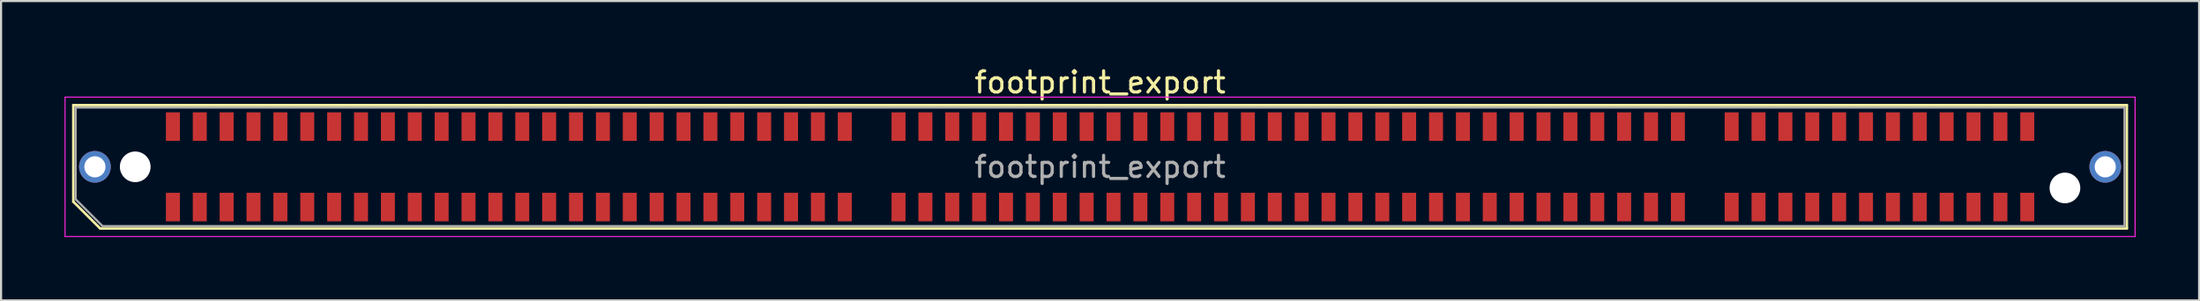
<source format=kicad_pcb>
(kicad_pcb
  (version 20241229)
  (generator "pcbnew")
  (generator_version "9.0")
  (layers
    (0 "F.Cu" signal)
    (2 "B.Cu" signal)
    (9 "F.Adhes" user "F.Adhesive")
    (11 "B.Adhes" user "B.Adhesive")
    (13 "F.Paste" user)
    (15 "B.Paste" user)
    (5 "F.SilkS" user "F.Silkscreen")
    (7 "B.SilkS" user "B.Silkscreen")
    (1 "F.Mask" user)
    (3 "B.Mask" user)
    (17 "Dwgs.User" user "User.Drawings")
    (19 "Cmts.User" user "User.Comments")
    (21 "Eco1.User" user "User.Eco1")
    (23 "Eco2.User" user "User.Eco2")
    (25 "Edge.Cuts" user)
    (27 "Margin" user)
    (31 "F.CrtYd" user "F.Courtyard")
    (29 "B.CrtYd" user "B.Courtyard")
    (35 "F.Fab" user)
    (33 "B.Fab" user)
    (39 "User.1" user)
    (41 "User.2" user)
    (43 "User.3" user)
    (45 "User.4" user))
  (footprint "footprint_export"
    (layer "F.Cu")
    (at 48.935 4.848)
    (property "Reference" "footprint_export" (at 0 -4 0) (layer "F.SilkS") (effects (font (size 1 1) (thickness 0.15))))
    (attr smd)
    (fp_line (start -48.52 -2.92) (end 48.52 -2.92) (stroke (width 0.12) (type solid)) (layer "F.SilkS"))
    (fp_line (start -48.52 1.65) (end -48.52 -2.92) (stroke (width 0.12) (type solid)) (layer "F.SilkS"))
    (fp_line (start -47.25 2.92) (end -48.52 1.65) (stroke (width 0.12) (type solid)) (layer "F.SilkS"))
    (fp_line (start -47.25 2.92) (end 48.52 2.92) (stroke (width 0.12) (type solid)) (layer "F.SilkS"))
    (fp_line (start 48.52 2.92) (end 48.52 -2.92) (stroke (width 0.12) (type solid)) (layer "F.SilkS"))
    (fp_line (start -48.91 -3.3) (end -48.91 3.3) (stroke (width 0.05) (type solid)) (layer "F.CrtYd"))
    (fp_line (start -48.91 3.3) (end 48.91 3.3) (stroke (width 0.05) (type solid)) (layer "F.CrtYd"))
    (fp_line (start 48.91 -3.3) (end -48.91 -3.3) (stroke (width 0.05) (type solid)) (layer "F.CrtYd"))
    (fp_line (start 48.91 3.3) (end 48.91 -3.3) (stroke (width 0.05) (type solid)) (layer "F.CrtYd"))
    (fp_line (start -48.41 -2.805) (end 48.41 -2.805) (stroke (width 0.1) (type solid)) (layer "F.Fab"))
    (fp_line (start -48.41 1.535) (end -48.41 -2.805) (stroke (width 0.1) (type solid)) (layer "F.Fab"))
    (fp_line (start -48.41 1.535) (end -47.14 2.805) (stroke (width 0.1) (type solid)) (layer "F.Fab"))
    (fp_line (start -47.14 2.805) (end 48.41 2.805) (stroke (width 0.1) (type solid)) (layer "F.Fab"))
    (fp_line (start 48.41 2.805) (end 48.41 -2.805) (stroke (width 0.1) (type solid)) (layer "F.Fab"))
    (fp_text user "${REFERENCE}" (at 0 0 0) (layer "F.Fab") (effects (font (size 1 1) (thickness 0.15))))
    (pad "" thru_hole circle (at -47.5 0) (size 1.5 1.5) (drill 1) (layers "*.Cu" "*.Mask"))
    (pad "" np_thru_hole circle (at -45.595 0) (size 1.45 1.45) (drill 1.45) (layers "*.Cu" "*.Mask"))
    (pad "" np_thru_hole circle (at 45.595 1) (size 1.45 1.45) (drill 1.45) (layers "*.Cu" "*.Mask"))
    (pad "" thru_hole circle (at 47.5 0) (size 1.5 1.5) (drill 1) (layers "*.Cu" "*.Mask"))
    (pad "1" smd rect (at -43.815 1.905) (size 0.66 1.35) (layers "F.Cu" "F.Mask" "F.Paste"))
    (pad "2" smd rect (at -43.815 -1.905) (size 0.66 1.35) (layers "F.Cu" "F.Mask" "F.Paste"))
    (pad "3" smd rect (at -42.545 1.905) (size 0.66 1.35) (layers "F.Cu" "F.Mask" "F.Paste"))
    (pad "4" smd rect (at -42.545 -1.905) (size 0.66 1.35) (layers "F.Cu" "F.Mask" "F.Paste"))
    (pad "5" smd rect (at -41.275 1.905) (size 0.66 1.35) (layers "F.Cu" "F.Mask" "F.Paste"))
    (pad "6" smd rect (at -41.275 -1.905) (size 0.66 1.35) (layers "F.Cu" "F.Mask" "F.Paste"))
    (pad "7" smd rect (at -40.005 1.905) (size 0.66 1.35) (layers "F.Cu" "F.Mask" "F.Paste"))
    (pad "8" smd rect (at -40.005 -1.905) (size 0.66 1.35) (layers "F.Cu" "F.Mask" "F.Paste"))
    (pad "9" smd rect (at -38.735 1.905) (size 0.66 1.35) (layers "F.Cu" "F.Mask" "F.Paste"))
    (pad "10" smd rect (at -38.735 -1.905) (size 0.66 1.35) (layers "F.Cu" "F.Mask" "F.Paste"))
    (pad "11" smd rect (at -37.465 1.905) (size 0.66 1.35) (layers "F.Cu" "F.Mask" "F.Paste"))
    (pad "12" smd rect (at -37.465 -1.905) (size 0.66 1.35) (layers "F.Cu" "F.Mask" "F.Paste"))
    (pad "13" smd rect (at -36.195 1.905) (size 0.66 1.35) (layers "F.Cu" "F.Mask" "F.Paste"))
    (pad "14" smd rect (at -36.195 -1.905) (size 0.66 1.35) (layers "F.Cu" "F.Mask" "F.Paste"))
    (pad "15" smd rect (at -34.925 1.905) (size 0.66 1.35) (layers "F.Cu" "F.Mask" "F.Paste"))
    (pad "16" smd rect (at -34.925 -1.905) (size 0.66 1.35) (layers "F.Cu" "F.Mask" "F.Paste"))
    (pad "17" smd rect (at -33.655 1.905) (size 0.66 1.35) (layers "F.Cu" "F.Mask" "F.Paste"))
    (pad "18" smd rect (at -33.655 -1.905) (size 0.66 1.35) (layers "F.Cu" "F.Mask" "F.Paste"))
    (pad "19" smd rect (at -32.385 1.905) (size 0.66 1.35) (layers "F.Cu" "F.Mask" "F.Paste"))
    (pad "20" smd rect (at -32.385 -1.905) (size 0.66 1.35) (layers "F.Cu" "F.Mask" "F.Paste"))
    (pad "21" smd rect (at -31.115 1.905) (size 0.66 1.35) (layers "F.Cu" "F.Mask" "F.Paste"))
    (pad "22" smd rect (at -31.115 -1.905) (size 0.66 1.35) (layers "F.Cu" "F.Mask" "F.Paste"))
    (pad "23" smd rect (at -29.845 1.905) (size 0.66 1.35) (layers "F.Cu" "F.Mask" "F.Paste"))
    (pad "24" smd rect (at -29.845 -1.905) (size 0.66 1.35) (layers "F.Cu" "F.Mask" "F.Paste"))
    (pad "25" smd rect (at -28.575 1.905) (size 0.66 1.35) (layers "F.Cu" "F.Mask" "F.Paste"))
    (pad "26" smd rect (at -28.575 -1.905) (size 0.66 1.35) (layers "F.Cu" "F.Mask" "F.Paste"))
    (pad "27" smd rect (at -27.305 1.905) (size 0.66 1.35) (layers "F.Cu" "F.Mask" "F.Paste"))
    (pad "28" smd rect (at -27.305 -1.905) (size 0.66 1.35) (layers "F.Cu" "F.Mask" "F.Paste"))
    (pad "29" smd rect (at -26.035 1.905) (size 0.66 1.35) (layers "F.Cu" "F.Mask" "F.Paste"))
    (pad "30" smd rect (at -26.035 -1.905) (size 0.66 1.35) (layers "F.Cu" "F.Mask" "F.Paste"))
    (pad "31" smd rect (at -24.765 1.905) (size 0.66 1.35) (layers "F.Cu" "F.Mask" "F.Paste"))
    (pad "32" smd rect (at -24.765 -1.905) (size 0.66 1.35) (layers "F.Cu" "F.Mask" "F.Paste"))
    (pad "33" smd rect (at -23.495 1.905) (size 0.66 1.35) (layers "F.Cu" "F.Mask" "F.Paste"))
    (pad "34" smd rect (at -23.495 -1.905) (size 0.66 1.35) (layers "F.Cu" "F.Mask" "F.Paste"))
    (pad "35" smd rect (at -22.225 1.905) (size 0.66 1.35) (layers "F.Cu" "F.Mask" "F.Paste"))
    (pad "36" smd rect (at -22.225 -1.905) (size 0.66 1.35) (layers "F.Cu" "F.Mask" "F.Paste"))
    (pad "37" smd rect (at -20.955 1.905) (size 0.66 1.35) (layers "F.Cu" "F.Mask" "F.Paste"))
    (pad "38" smd rect (at -20.955 -1.905) (size 0.66 1.35) (layers "F.Cu" "F.Mask" "F.Paste"))
    (pad "39" smd rect (at -19.685 1.905) (size 0.66 1.35) (layers "F.Cu" "F.Mask" "F.Paste"))
    (pad "40" smd rect (at -19.685 -1.905) (size 0.66 1.35) (layers "F.Cu" "F.Mask" "F.Paste"))
    (pad "41" smd rect (at -18.415 1.905) (size 0.66 1.35) (layers "F.Cu" "F.Mask" "F.Paste"))
    (pad "42" smd rect (at -18.415 -1.905) (size 0.66 1.35) (layers "F.Cu" "F.Mask" "F.Paste"))
    (pad "43" smd rect (at -17.145 1.905) (size 0.66 1.35) (layers "F.Cu" "F.Mask" "F.Paste"))
    (pad "44" smd rect (at -17.145 -1.905) (size 0.66 1.35) (layers "F.Cu" "F.Mask" "F.Paste"))
    (pad "45" smd rect (at -15.875 1.905) (size 0.66 1.35) (layers "F.Cu" "F.Mask" "F.Paste"))
    (pad "46" smd rect (at -15.875 -1.905) (size 0.66 1.35) (layers "F.Cu" "F.Mask" "F.Paste"))
    (pad "47" smd rect (at -14.605 1.905) (size 0.66 1.35) (layers "F.Cu" "F.Mask" "F.Paste"))
    (pad "48" smd rect (at -14.605 -1.905) (size 0.66 1.35) (layers "F.Cu" "F.Mask" "F.Paste"))
    (pad "49" smd rect (at -13.335 1.905) (size 0.66 1.35) (layers "F.Cu" "F.Mask" "F.Paste"))
    (pad "50" smd rect (at -13.335 -1.905) (size 0.66 1.35) (layers "F.Cu" "F.Mask" "F.Paste"))
    (pad "51" smd rect (at -12.065 1.905) (size 0.66 1.35) (layers "F.Cu" "F.Mask" "F.Paste"))
    (pad "52" smd rect (at -12.065 -1.905) (size 0.66 1.35) (layers "F.Cu" "F.Mask" "F.Paste"))
    (pad "55" smd rect (at -9.525 1.905) (size 0.66 1.35) (layers "F.Cu" "F.Mask" "F.Paste"))
    (pad "56" smd rect (at -9.525 -1.905) (size 0.66 1.35) (layers "F.Cu" "F.Mask" "F.Paste"))
    (pad "57" smd rect (at -8.255 1.905) (size 0.66 1.35) (layers "F.Cu" "F.Mask" "F.Paste"))
    (pad "58" smd rect (at -8.255 -1.905) (size 0.66 1.35) (layers "F.Cu" "F.Mask" "F.Paste"))
    (pad "59" smd rect (at -6.985 1.905) (size 0.66 1.35) (layers "F.Cu" "F.Mask" "F.Paste"))
    (pad "60" smd rect (at -6.985 -1.905) (size 0.66 1.35) (layers "F.Cu" "F.Mask" "F.Paste"))
    (pad "61" smd rect (at -5.715 1.905) (size 0.66 1.35) (layers "F.Cu" "F.Mask" "F.Paste"))
    (pad "62" smd rect (at -5.715 -1.905) (size 0.66 1.35) (layers "F.Cu" "F.Mask" "F.Paste"))
    (pad "63" smd rect (at -4.445 1.905) (size 0.66 1.35) (layers "F.Cu" "F.Mask" "F.Paste"))
    (pad "64" smd rect (at -4.445 -1.905) (size 0.66 1.35) (layers "F.Cu" "F.Mask" "F.Paste"))
    (pad "65" smd rect (at -3.175 1.905) (size 0.66 1.35) (layers "F.Cu" "F.Mask" "F.Paste"))
    (pad "66" smd rect (at -3.175 -1.905) (size 0.66 1.35) (layers "F.Cu" "F.Mask" "F.Paste"))
    (pad "67" smd rect (at -1.905 1.905) (size 0.66 1.35) (layers "F.Cu" "F.Mask" "F.Paste"))
    (pad "68" smd rect (at -1.905 -1.905) (size 0.66 1.35) (layers "F.Cu" "F.Mask" "F.Paste"))
    (pad "69" smd rect (at -0.635 1.905) (size 0.66 1.35) (layers "F.Cu" "F.Mask" "F.Paste"))
    (pad "70" smd rect (at -0.635 -1.905) (size 0.66 1.35) (layers "F.Cu" "F.Mask" "F.Paste"))
    (pad "71" smd rect (at 0.635 1.905) (size 0.66 1.35) (layers "F.Cu" "F.Mask" "F.Paste"))
    (pad "72" smd rect (at 0.635 -1.905) (size 0.66 1.35) (layers "F.Cu" "F.Mask" "F.Paste"))
    (pad "73" smd rect (at 1.905 1.905) (size 0.66 1.35) (layers "F.Cu" "F.Mask" "F.Paste"))
    (pad "74" smd rect (at 1.905 -1.905) (size 0.66 1.35) (layers "F.Cu" "F.Mask" "F.Paste"))
    (pad "75" smd rect (at 3.175 1.905) (size 0.66 1.35) (layers "F.Cu" "F.Mask" "F.Paste"))
    (pad "76" smd rect (at 3.175 -1.905) (size 0.66 1.35) (layers "F.Cu" "F.Mask" "F.Paste"))
    (pad "77" smd rect (at 4.445 1.905) (size 0.66 1.35) (layers "F.Cu" "F.Mask" "F.Paste"))
    (pad "78" smd rect (at 4.445 -1.905) (size 0.66 1.35) (layers "F.Cu" "F.Mask" "F.Paste"))
    (pad "79" smd rect (at 5.715 1.905) (size 0.66 1.35) (layers "F.Cu" "F.Mask" "F.Paste"))
    (pad "80" smd rect (at 5.715 -1.905) (size 0.66 1.35) (layers "F.Cu" "F.Mask" "F.Paste"))
    (pad "81" smd rect (at 6.985 1.905) (size 0.66 1.35) (layers "F.Cu" "F.Mask" "F.Paste"))
    (pad "82" smd rect (at 6.985 -1.905) (size 0.66 1.35) (layers "F.Cu" "F.Mask" "F.Paste"))
    (pad "83" smd rect (at 8.255 1.905) (size 0.66 1.35) (layers "F.Cu" "F.Mask" "F.Paste"))
    (pad "84" smd rect (at 8.255 -1.905) (size 0.66 1.35) (layers "F.Cu" "F.Mask" "F.Paste"))
    (pad "85" smd rect (at 9.525 1.905) (size 0.66 1.35) (layers "F.Cu" "F.Mask" "F.Paste"))
    (pad "86" smd rect (at 9.525 -1.905) (size 0.66 1.35) (layers "F.Cu" "F.Mask" "F.Paste"))
    (pad "87" smd rect (at 10.795 1.905) (size 0.66 1.35) (layers "F.Cu" "F.Mask" "F.Paste"))
    (pad "88" smd rect (at 10.795 -1.905) (size 0.66 1.35) (layers "F.Cu" "F.Mask" "F.Paste"))
    (pad "89" smd rect (at 12.065 1.905) (size 0.66 1.35) (layers "F.Cu" "F.Mask" "F.Paste"))
    (pad "90" smd rect (at 12.065 -1.905) (size 0.66 1.35) (layers "F.Cu" "F.Mask" "F.Paste"))
    (pad "91" smd rect (at 13.335 1.905) (size 0.66 1.35) (layers "F.Cu" "F.Mask" "F.Paste"))
    (pad "92" smd rect (at 13.335 -1.905) (size 0.66 1.35) (layers "F.Cu" "F.Mask" "F.Paste"))
    (pad "93" smd rect (at 14.605 1.905) (size 0.66 1.35) (layers "F.Cu" "F.Mask" "F.Paste"))
    (pad "94" smd rect (at 14.605 -1.905) (size 0.66 1.35) (layers "F.Cu" "F.Mask" "F.Paste"))
    (pad "95" smd rect (at 15.875 1.905) (size 0.66 1.35) (layers "F.Cu" "F.Mask" "F.Paste"))
    (pad "96" smd rect (at 15.875 -1.905) (size 0.66 1.35) (layers "F.Cu" "F.Mask" "F.Paste"))
    (pad "97" smd rect (at 17.145 1.905) (size 0.66 1.35) (layers "F.Cu" "F.Mask" "F.Paste"))
    (pad "98" smd rect (at 17.145 -1.905) (size 0.66 1.35) (layers "F.Cu" "F.Mask" "F.Paste"))
    (pad "99" smd rect (at 18.415 1.905) (size 0.66 1.35) (layers "F.Cu" "F.Mask" "F.Paste"))
    (pad "100" smd rect (at 18.415 -1.905) (size 0.66 1.35) (layers "F.Cu" "F.Mask" "F.Paste"))
    (pad "101" smd rect (at 19.685 1.905) (size 0.66 1.35) (layers "F.Cu" "F.Mask" "F.Paste"))
    (pad "102" smd rect (at 19.685 -1.905) (size 0.66 1.35) (layers "F.Cu" "F.Mask" "F.Paste"))
    (pad "103" smd rect (at 20.955 1.905) (size 0.66 1.35) (layers "F.Cu" "F.Mask" "F.Paste"))
    (pad "104" smd rect (at 20.955 -1.905) (size 0.66 1.35) (layers "F.Cu" "F.Mask" "F.Paste"))
    (pad "105" smd rect (at 22.225 1.905) (size 0.66 1.35) (layers "F.Cu" "F.Mask" "F.Paste"))
    (pad "106" smd rect (at 22.225 -1.905) (size 0.66 1.35) (layers "F.Cu" "F.Mask" "F.Paste"))
    (pad "107" smd rect (at 23.495 1.905) (size 0.66 1.35) (layers "F.Cu" "F.Mask" "F.Paste"))
    (pad "108" smd rect (at 23.495 -1.905) (size 0.66 1.35) (layers "F.Cu" "F.Mask" "F.Paste"))
    (pad "109" smd rect (at 24.765 1.905) (size 0.66 1.35) (layers "F.Cu" "F.Mask" "F.Paste"))
    (pad "110" smd rect (at 24.765 -1.905) (size 0.66 1.35) (layers "F.Cu" "F.Mask" "F.Paste"))
    (pad "111" smd rect (at 26.035 1.905) (size 0.66 1.35) (layers "F.Cu" "F.Mask" "F.Paste"))
    (pad "112" smd rect (at 26.035 -1.905) (size 0.66 1.35) (layers "F.Cu" "F.Mask" "F.Paste"))
    (pad "113" smd rect (at 27.305 1.905) (size 0.66 1.35) (layers "F.Cu" "F.Mask" "F.Paste"))
    (pad "114" smd rect (at 27.305 -1.905) (size 0.66 1.35) (layers "F.Cu" "F.Mask" "F.Paste"))
    (pad "117" smd rect (at 29.845 1.905) (size 0.66 1.35) (layers "F.Cu" "F.Mask" "F.Paste"))
    (pad "118" smd rect (at 29.845 -1.905) (size 0.66 1.35) (layers "F.Cu" "F.Mask" "F.Paste"))
    (pad "119" smd rect (at 31.115 1.905) (size 0.66 1.35) (layers "F.Cu" "F.Mask" "F.Paste"))
    (pad "120" smd rect (at 31.115 -1.905) (size 0.66 1.35) (layers "F.Cu" "F.Mask" "F.Paste"))
    (pad "121" smd rect (at 32.385 1.905) (size 0.66 1.35) (layers "F.Cu" "F.Mask" "F.Paste"))
    (pad "122" smd rect (at 32.385 -1.905) (size 0.66 1.35) (layers "F.Cu" "F.Mask" "F.Paste"))
    (pad "123" smd rect (at 33.655 1.905) (size 0.66 1.35) (layers "F.Cu" "F.Mask" "F.Paste"))
    (pad "124" smd rect (at 33.655 -1.905) (size 0.66 1.35) (layers "F.Cu" "F.Mask" "F.Paste"))
    (pad "125" smd rect (at 34.925 1.905) (size 0.66 1.35) (layers "F.Cu" "F.Mask" "F.Paste"))
    (pad "126" smd rect (at 34.925 -1.905) (size 0.66 1.35) (layers "F.Cu" "F.Mask" "F.Paste"))
    (pad "127" smd rect (at 36.195 1.905) (size 0.66 1.35) (layers "F.Cu" "F.Mask" "F.Paste"))
    (pad "128" smd rect (at 36.195 -1.905) (size 0.66 1.35) (layers "F.Cu" "F.Mask" "F.Paste"))
    (pad "129" smd rect (at 37.465 1.905) (size 0.66 1.35) (layers "F.Cu" "F.Mask" "F.Paste"))
    (pad "130" smd rect (at 37.465 -1.905) (size 0.66 1.35) (layers "F.Cu" "F.Mask" "F.Paste"))
    (pad "131" smd rect (at 38.735 1.905) (size 0.66 1.35) (layers "F.Cu" "F.Mask" "F.Paste"))
    (pad "132" smd rect (at 38.735 -1.905) (size 0.66 1.35) (layers "F.Cu" "F.Mask" "F.Paste"))
    (pad "133" smd rect (at 40.005 1.905) (size 0.66 1.35) (layers "F.Cu" "F.Mask" "F.Paste"))
    (pad "134" smd rect (at 40.005 -1.905) (size 0.66 1.35) (layers "F.Cu" "F.Mask" "F.Paste"))
    (pad "135" smd rect (at 41.275 1.905) (size 0.66 1.35) (layers "F.Cu" "F.Mask" "F.Paste"))
    (pad "136" smd rect (at 41.275 -1.905) (size 0.66 1.35) (layers "F.Cu" "F.Mask" "F.Paste"))
    (pad "137" smd rect (at 42.545 1.905) (size 0.66 1.35) (layers "F.Cu" "F.Mask" "F.Paste"))
    (pad "138" smd rect (at 42.545 -1.905) (size 0.66 1.35) (layers "F.Cu" "F.Mask" "F.Paste"))
    (pad "139" smd rect (at 43.815 1.905) (size 0.66 1.35) (layers "F.Cu" "F.Mask" "F.Paste"))
    (pad "140" smd rect (at 43.815 -1.905) (size 0.66 1.35) (layers "F.Cu" "F.Mask" "F.Paste")))
  (gr_rect
    (start -3 -3)
    (end 100.87 11.173)
    (stroke (width 0.1) (type default))
    (fill no)
    (layer "Edge.Cuts")))
</source>
